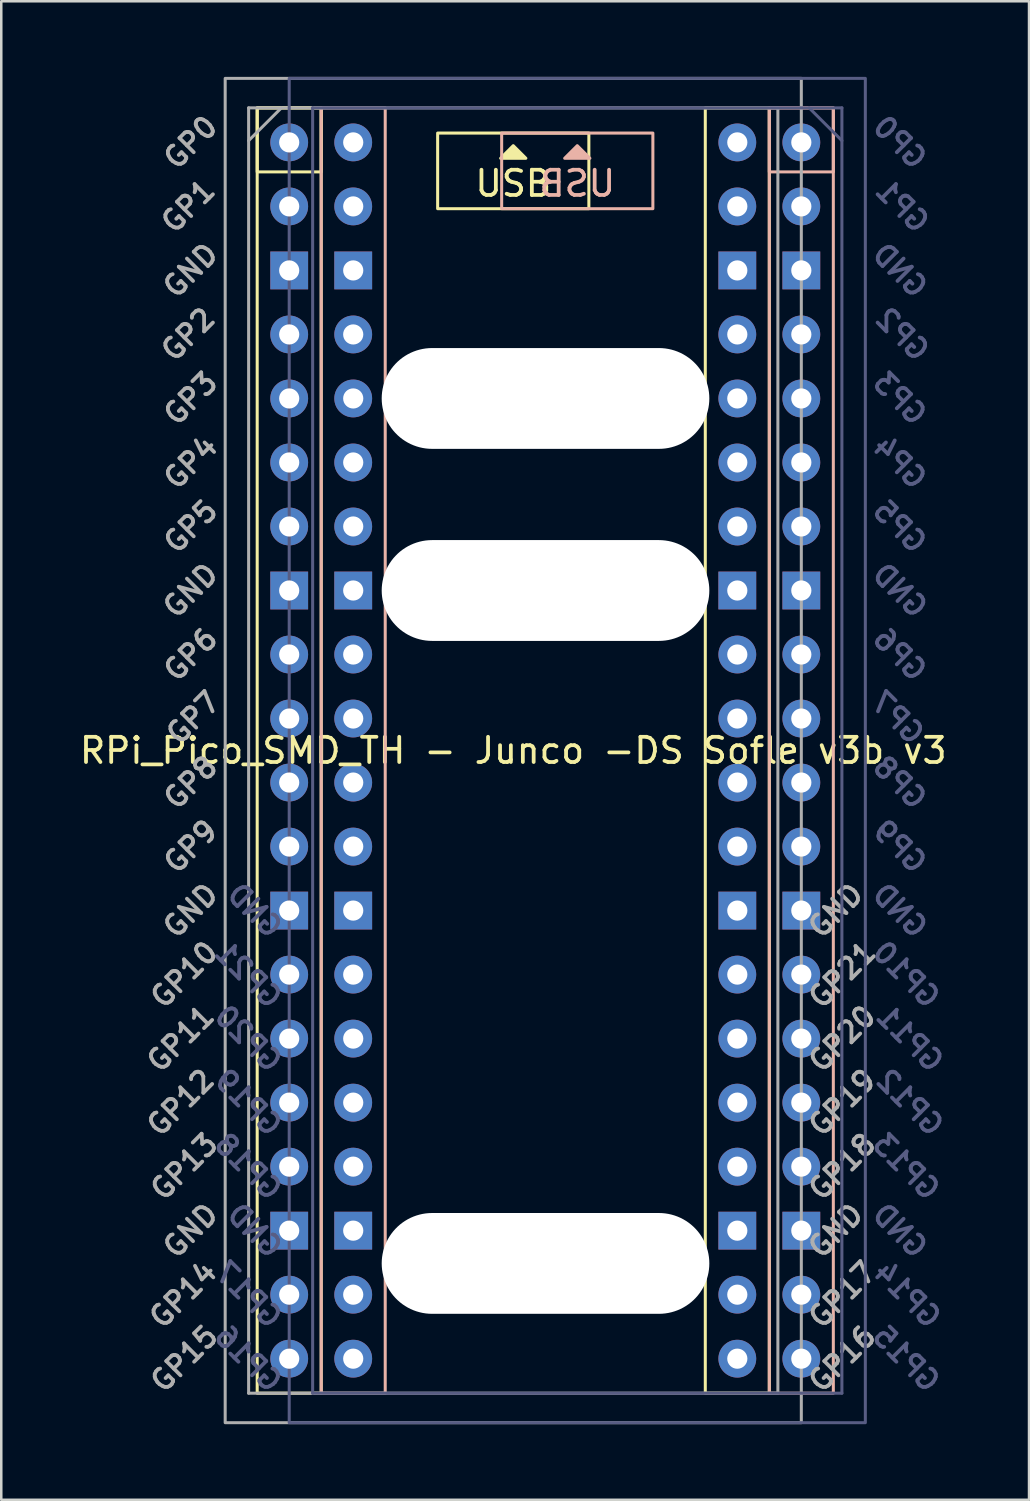
<source format=kicad_pcb>
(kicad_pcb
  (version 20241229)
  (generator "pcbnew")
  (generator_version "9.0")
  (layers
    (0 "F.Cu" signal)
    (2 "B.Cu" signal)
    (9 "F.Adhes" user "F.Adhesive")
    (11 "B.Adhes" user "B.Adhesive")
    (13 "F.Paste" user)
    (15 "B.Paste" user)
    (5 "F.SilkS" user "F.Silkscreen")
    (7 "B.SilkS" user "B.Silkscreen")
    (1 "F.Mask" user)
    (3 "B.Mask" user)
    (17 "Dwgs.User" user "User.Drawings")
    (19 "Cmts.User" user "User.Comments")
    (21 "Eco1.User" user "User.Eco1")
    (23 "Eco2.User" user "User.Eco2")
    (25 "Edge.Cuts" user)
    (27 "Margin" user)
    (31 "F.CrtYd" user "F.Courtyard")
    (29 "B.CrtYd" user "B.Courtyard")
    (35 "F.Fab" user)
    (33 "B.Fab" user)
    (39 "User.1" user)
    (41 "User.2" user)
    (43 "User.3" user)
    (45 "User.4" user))
  (footprint "RPi_Pico_SMD_TH - Junco -DS Sofle v3b v3"
    (layer "F.Cu")
    (at 18.585 26.73)
    (property "Reference" "RPi_Pico_SMD_TH - Junco -DS Sofle v3b v3" (at -1.27 0 0) (layer "F.SilkS") (effects (font (size 1 1) (thickness 0.15))))
    (attr through_hole)
    (fp_rect (start -11.43 -25.5) (end -8.89 -22.96) (stroke (width 0.12) (type default)) (fill no) (layer "F.SilkS"))
    (fp_rect (start -11.43 -25.5) (end -8.89 25.5) (stroke (width 0.12) (type default)) (fill no) (layer "F.SilkS"))
    (fp_rect (start -4.27 -24.5) (end 1.73 -21.5) (stroke (width 0.12) (type solid)) (fill no) (layer "F.SilkS"))
    (fp_rect (start 6.35 -25.5) (end 8.89 25.5) (stroke (width 0.12) (type default)) (fill no) (layer "F.SilkS"))
    (fp_poly (pts (xy -0.77 -23.5) (xy -1.77 -23.5) (xy -1.27 -24)) (stroke (width 0.12) (type solid)) (fill yes) (layer "F.SilkS"))
    (fp_rect (start -6.35 -25.5) (end -8.89 25.5) (stroke (width 0.12) (type default)) (fill no) (layer "B.SilkS"))
    (fp_rect (start 4.27 -24.5) (end -1.73 -21.5) (stroke (width 0.12) (type solid)) (fill no) (layer "B.SilkS"))
    (fp_rect (start 11.43 -25.5) (end 8.89 -22.96) (stroke (width 0.12) (type default)) (fill no) (layer "B.SilkS"))
    (fp_rect (start 11.43 -25.5) (end 8.89 25.5) (stroke (width 0.12) (type default)) (fill no) (layer "B.SilkS"))
    (fp_poly (pts (xy 0.77 -23.5) (xy 1.77 -23.5) (xy 1.27 -24)) (stroke (width 0.12) (type solid)) (fill yes) (layer "B.SilkS"))
    (fp_line (start -9.23 -25.5) (end -9.23 25.5) (stroke (width 0.12) (type solid)) (layer "B.Fab"))
    (fp_line (start -9.23 25.5) (end 11.77 25.5) (stroke (width 0.12) (type solid)) (layer "B.Fab"))
    (fp_line (start 11.77 -25.5) (end -9.23 -25.5) (stroke (width 0.12) (type solid)) (layer "B.Fab"))
    (fp_line (start 11.77 -24.2) (end 10.47 -25.5) (stroke (width 0.12) (type solid)) (layer "B.Fab"))
    (fp_line (start 11.77 25.5) (end 11.77 -25.5) (stroke (width 0.12) (type solid)) (layer "B.Fab"))
    (fp_rect (start 12.7 -26.67) (end -10.16 26.67) (stroke (width 0.12) (type solid)) (fill no) (layer "B.Fab"))
    (fp_line (start -11.77 -25.5) (end 9.23 -25.5) (stroke (width 0.12) (type solid)) (layer "F.Fab"))
    (fp_line (start -11.77 -24.2) (end -10.47 -25.5) (stroke (width 0.12) (type solid)) (layer "F.Fab"))
    (fp_line (start -11.77 25.5) (end -11.77 -25.5) (stroke (width 0.12) (type solid)) (layer "F.Fab"))
    (fp_line (start 9.23 -25.5) (end 9.23 25.5) (stroke (width 0.12) (type solid)) (layer "F.Fab"))
    (fp_line (start 9.23 25.5) (end -11.77 25.5) (stroke (width 0.12) (type solid)) (layer "F.Fab"))
    (fp_rect (start -12.7 -26.67) (end 10.16 26.67) (stroke (width 0.12) (type solid)) (fill no) (layer "F.Fab"))
    (fp_text user "USB" (at -1.27 -22.5 0) (unlocked yes) (layer "F.SilkS") (effects (font (size 1 1) (thickness 0.15))))
    (fp_text user "USB" (at 1.27 -22.5 0) (unlocked yes) (layer "B.SilkS") (effects (font (size 1 1) (thickness 0.15)) (justify mirror)))
    (fp_text user "GP21" (at -11.784 8.9 315) (layer "B.Fab") (effects (font (size 0.8 0.8) (thickness 0.15)) (justify mirror)))
    (fp_text user "GP0" (at 14.07 -24.13 315) (layer "B.Fab") (effects (font (size 0.8 0.8) (thickness 0.15)) (justify mirror)))
    (fp_text user "GP15" (at 14.324 24.13 315) (layer "B.Fab") (effects (font (size 0.8 0.8) (thickness 0.15)) (justify mirror)))
    (fp_text user "GP7" (at 13.97 -1.3 315) (layer "B.Fab") (effects (font (size 0.8 0.8) (thickness 0.15)) (justify mirror)))
    (fp_text user "GP4" (at 14.07 -11.43 315) (layer "B.Fab") (effects (font (size 0.8 0.8) (thickness 0.15)) (justify mirror)))
    (fp_text user "GP1" (at 14.17 -21.6 315) (layer "B.Fab") (effects (font (size 0.8 0.8) (thickness 0.15)) (justify mirror)))
    (fp_text user "GP3" (at 14.07 -13.97 315) (layer "B.Fab") (effects (font (size 0.8 0.8) (thickness 0.15)) (justify mirror)))
    (fp_text user "GP6" (at 14.07 -3.81 315) (layer "B.Fab") (effects (font (size 0.8 0.8) (thickness 0.15)) (justify mirror)))
    (fp_text user "GND" (at -11.53 6.35 315) (layer "B.Fab") (effects (font (size 0.8 0.8) (thickness 0.15)) (justify mirror)))
    (fp_text user "GP11" (at 14.47 11.43 315) (layer "B.Fab") (effects (font (size 0.8 0.8) (thickness 0.15)) (justify mirror)))
    (fp_text user "GP10" (at 14.324 8.89 315) (layer "B.Fab") (effects (font (size 0.8 0.8) (thickness 0.15)) (justify mirror)))
    (fp_text user "GP17" (at -11.784 21.59 315) (layer "B.Fab") (effects (font (size 0.8 0.8) (thickness 0.15)) (justify mirror)))
    (fp_text user "GP8" (at 14.07 1.27 315) (layer "B.Fab") (effects (font (size 0.8 0.8) (thickness 0.15)) (justify mirror)))
    (fp_text user "GP5" (at 14.07 -8.89 315) (layer "B.Fab") (effects (font (size 0.8 0.8) (thickness 0.15)) (justify mirror)))
    (fp_text user "GP18" (at -11.784 16.51 315) (layer "B.Fab") (effects (font (size 0.8 0.8) (thickness 0.15)) (justify mirror)))
    (fp_text user "GP19" (at -11.784 13.97 315) (layer "B.Fab") (effects (font (size 0.8 0.8) (thickness 0.15)) (justify mirror)))
    (fp_text user "GP12" (at 14.47 13.97 315) (layer "B.Fab") (effects (font (size 0.8 0.8) (thickness 0.15)) (justify mirror)))
    (fp_text user "GP13" (at 14.324 16.51 315) (layer "B.Fab") (effects (font (size 0.8 0.8) (thickness 0.15)) (justify mirror)))
    (fp_text user "GP14" (at 14.37 21.59 315) (layer "B.Fab") (effects (font (size 0.8 0.8) (thickness 0.15)) (justify mirror)))
    (fp_text user "GND" (at 14.07 6.35 315) (layer "B.Fab") (effects (font (size 0.8 0.8) (thickness 0.15)) (justify mirror)))
    (fp_text user "GND" (at 14.07 19.05 315) (layer "B.Fab") (effects (font (size 0.8 0.8) (thickness 0.15)) (justify mirror)))
    (fp_text user "GP9" (at 14.07 3.81 315) (layer "B.Fab") (effects (font (size 0.8 0.8) (thickness 0.15)) (justify mirror)))
    (fp_text user "GND" (at 14.07 -6.35 315) (layer "B.Fab") (effects (font (size 0.8 0.8) (thickness 0.15)) (justify mirror)))
    (fp_text user "GP16" (at -11.784 24.13 315) (layer "B.Fab") (effects (font (size 0.8 0.8) (thickness 0.15)) (justify mirror)))
    (fp_text user "GP20" (at -11.784 11.43 315) (layer "B.Fab") (effects (font (size 0.8 0.8) (thickness 0.15)) (justify mirror)))
    (fp_text user "GP2" (at 14.17 -16.51 315) (layer "B.Fab") (effects (font (size 0.8 0.8) (thickness 0.15)) (justify mirror)))
    (fp_text user "GND" (at 14.07 -19.05 315) (layer "B.Fab") (effects (font (size 0.8 0.8) (thickness 0.15)) (justify mirror)))
    (fp_text user "GND" (at -11.53 19.05 315) (layer "B.Fab") (effects (font (size 0.8 0.8) (thickness 0.15)) (justify mirror)))
    (fp_text user "GP3" (at -14.07 -13.97 45) (layer "F.Fab") (effects (font (size 0.8 0.8) (thickness 0.15))))
    (fp_text user "GP20" (at 11.784 11.43 45) (layer "F.Fab") (effects (font (size 0.8 0.8) (thickness 0.15))))
    (fp_text user "GP2" (at -14.17 -16.51 45) (layer "F.Fab") (effects (font (size 0.8 0.8) (thickness 0.15))))
    (fp_text user "GP18" (at 11.784 16.51 45) (layer "F.Fab") (effects (font (size 0.8 0.8) (thickness 0.15))))
    (fp_text user "GP8" (at -14.07 1.27 45) (layer "F.Fab") (effects (font (size 0.8 0.8) (thickness 0.15))))
    (fp_text user "GP11" (at -14.47 11.43 45) (layer "F.Fab") (effects (font (size 0.8 0.8) (thickness 0.15))))
    (fp_text user "GP10" (at -14.324 8.89 45) (layer "F.Fab") (effects (font (size 0.8 0.8) (thickness 0.15))))
    (fp_text user "GP4" (at -14.07 -11.43 45) (layer "F.Fab") (effects (font (size 0.8 0.8) (thickness 0.15))))
    (fp_text user "GP16" (at 11.784 24.13 45) (layer "F.Fab") (effects (font (size 0.8 0.8) (thickness 0.15))))
    (fp_text user "GP9" (at -14.07 3.81 45) (layer "F.Fab") (effects (font (size 0.8 0.8) (thickness 0.15))))
    (fp_text user "GP12" (at -14.47 13.97 45) (layer "F.Fab") (effects (font (size 0.8 0.8) (thickness 0.15))))
    (fp_text user "GP13" (at -14.324 16.51 45) (layer "F.Fab") (effects (font (size 0.8 0.8) (thickness 0.15))))
    (fp_text user "GP17" (at 11.784 21.59 45) (layer "F.Fab") (effects (font (size 0.8 0.8) (thickness 0.15))))
    (fp_text user "GND" (at 11.53 6.35 45) (layer "F.Fab") (effects (font (size 0.8 0.8) (thickness 0.15))))
    (fp_text user "GP15" (at -14.324 24.13 45) (layer "F.Fab") (effects (font (size 0.8 0.8) (thickness 0.15))))
    (fp_text user "GND" (at -14.07 6.35 45) (layer "F.Fab") (effects (font (size 0.8 0.8) (thickness 0.15))))
    (fp_text user "GP7" (at -13.97 -1.3 45) (layer "F.Fab") (effects (font (size 0.8 0.8) (thickness 0.15))))
    (fp_text user "GND" (at -14.07 19.05 45) (layer "F.Fab") (effects (font (size 0.8 0.8) (thickness 0.15))))
    (fp_text user "GP0" (at -14.07 -24.13 45) (layer "F.Fab") (effects (font (size 0.8 0.8) (thickness 0.15))))
    (fp_text user "GND" (at 11.53 19.05 45) (layer "F.Fab") (effects (font (size 0.8 0.8) (thickness 0.15))))
    (fp_text user "GP19" (at 11.784 13.97 45) (layer "F.Fab") (effects (font (size 0.8 0.8) (thickness 0.15))))
    (fp_text user "GP1" (at -14.17 -21.6 45) (layer "F.Fab") (effects (font (size 0.8 0.8) (thickness 0.15))))
    (fp_text user "GND" (at -14.07 -19.05 45) (layer "F.Fab") (effects (font (size 0.8 0.8) (thickness 0.15))))
    (fp_text user "GP6" (at -14.07 -3.81 45) (layer "F.Fab") (effects (font (size 0.8 0.8) (thickness 0.15))))
    (fp_text user "GP14" (at -14.37 21.59 45) (layer "F.Fab") (effects (font (size 0.8 0.8) (thickness 0.15))))
    (fp_text user "GND" (at -14.07 -6.35 45) (layer "F.Fab") (effects (font (size 0.8 0.8) (thickness 0.15))))
    (fp_text user "GP21" (at 11.784 8.9 45) (layer "F.Fab") (effects (font (size 0.8 0.8) (thickness 0.15))))
    (fp_text user "GP5" (at -14.07 -8.89 45) (layer "F.Fab") (effects (font (size 0.8 0.8) (thickness 0.15))))
    (pad "" np_thru_hole oval (at 0.01 -13.97) (size 13 4) (drill oval 13 4) (layers "*.Cu" "*.Mask"))
    (pad "" np_thru_hole oval (at 0.01 -6.35) (size 13 4) (drill oval 13 4) (layers "*.Cu" "*.Mask"))
    (pad "" np_thru_hole oval (at 0.01 20.35) (size 13 4) (drill oval 13 4) (layers "*.Cu" "*.Mask"))
    (pad "1" thru_hole circle (at -10.16 -24.13) (size 1.5 1.5) (drill 0.8) (layers "*.Cu" "B.Mask"))
    (pad "1" thru_hole circle (at 10.16 -24.13) (size 1.5 1.5) (drill 0.8) (layers "*.Cu" "F.Mask"))
    (pad "2" thru_hole circle (at -10.16 -21.59) (size 1.5 1.5) (drill 0.8) (layers "*.Cu" "B.Mask"))
    (pad "2" thru_hole circle (at 10.16 -21.59) (size 1.5 1.5) (drill 0.8) (layers "*.Cu" "F.Mask"))
    (pad "3" thru_hole rect (at -10.16 -19.05) (size 1.5 1.5) (drill 0.8) (layers "*.Cu" "B.Mask"))
    (pad "3" thru_hole rect (at 10.16 -19.05) (size 1.5 1.5) (drill 0.8) (layers "*.Cu" "F.Mask"))
    (pad "4" thru_hole circle (at -10.16 -16.51) (size 1.5 1.5) (drill 0.8) (layers "*.Cu" "B.Mask"))
    (pad "4" thru_hole circle (at 10.16 -16.51) (size 1.5 1.5) (drill 0.8) (layers "*.Cu" "F.Mask"))
    (pad "5" thru_hole circle (at -10.16 -13.97) (size 1.5 1.5) (drill 0.8) (layers "*.Cu" "B.Mask"))
    (pad "5" thru_hole circle (at 10.16 -13.97) (size 1.5 1.5) (drill 0.8) (layers "*.Cu" "F.Mask"))
    (pad "6" thru_hole circle (at -10.16 -11.43) (size 1.5 1.5) (drill 0.8) (layers "*.Cu" "B.Mask"))
    (pad "6" thru_hole circle (at 10.16 -11.43) (size 1.5 1.5) (drill 0.8) (layers "*.Cu" "F.Mask"))
    (pad "7" thru_hole circle (at -10.16 -8.89) (size 1.5 1.5) (drill 0.8) (layers "*.Cu" "B.Mask"))
    (pad "7" thru_hole circle (at 10.16 -8.89) (size 1.5 1.5) (drill 0.8) (layers "*.Cu" "F.Mask"))
    (pad "8" thru_hole rect (at -10.16 -6.35) (size 1.5 1.5) (drill 0.8) (layers "*.Cu" "B.Mask"))
    (pad "8" thru_hole rect (at 10.16 -6.35) (size 1.5 1.5) (drill 0.8) (layers "*.Cu" "F.Mask"))
    (pad "9" thru_hole circle (at -10.16 -3.81) (size 1.5 1.5) (drill 0.8) (layers "*.Cu" "B.Mask"))
    (pad "9" thru_hole circle (at 10.16 -3.81) (size 1.5 1.5) (drill 0.8) (layers "*.Cu" "F.Mask"))
    (pad "10" thru_hole circle (at -10.16 -1.27) (size 1.5 1.5) (drill 0.8) (layers "*.Cu" "B.Mask"))
    (pad "10" thru_hole circle (at 10.16 -1.27) (size 1.5 1.5) (drill 0.8) (layers "*.Cu" "F.Mask"))
    (pad "11" thru_hole circle (at -10.16 1.27) (size 1.5 1.5) (drill 0.8) (layers "*.Cu" "B.Mask"))
    (pad "11" thru_hole circle (at 10.16 1.27) (size 1.5 1.5) (drill 0.8) (layers "*.Cu" "F.Mask"))
    (pad "12" thru_hole circle (at -10.16 3.81) (size 1.5 1.5) (drill 0.8) (layers "*.Cu" "B.Mask"))
    (pad "12" thru_hole circle (at 10.16 3.81) (size 1.5 1.5) (drill 0.8) (layers "*.Cu" "F.Mask"))
    (pad "13" thru_hole rect (at -10.16 6.35) (size 1.5 1.5) (drill 0.8) (layers "*.Cu" "B.Mask"))
    (pad "13" thru_hole rect (at 10.16 6.35) (size 1.5 1.5) (drill 0.8) (layers "*.Cu" "F.Mask"))
    (pad "14" thru_hole circle (at -10.16 8.89) (size 1.5 1.5) (drill 0.8) (layers "*.Cu" "B.Mask"))
    (pad "14" thru_hole circle (at 10.16 8.89) (size 1.5 1.5) (drill 0.8) (layers "*.Cu" "F.Mask"))
    (pad "15" thru_hole circle (at -10.16 11.43) (size 1.5 1.5) (drill 0.8) (layers "*.Cu" "B.Mask"))
    (pad "15" thru_hole circle (at 10.16 11.43) (size 1.5 1.5) (drill 0.8) (layers "*.Cu" "F.Mask"))
    (pad "16" thru_hole circle (at -10.16 13.97) (size 1.5 1.5) (drill 0.8) (layers "*.Cu" "B.Mask"))
    (pad "16" thru_hole circle (at 10.16 13.97) (size 1.5 1.5) (drill 0.8) (layers "*.Cu" "F.Mask"))
    (pad "17" thru_hole circle (at -10.16 16.51) (size 1.5 1.5) (drill 0.8) (layers "*.Cu" "B.Mask"))
    (pad "17" thru_hole circle (at 10.16 16.51) (size 1.5 1.5) (drill 0.8) (layers "*.Cu" "F.Mask"))
    (pad "18" thru_hole rect (at -10.16 19.05) (size 1.5 1.5) (drill 0.8) (layers "*.Cu" "B.Mask"))
    (pad "18" thru_hole rect (at 10.16 19.05) (size 1.5 1.5) (drill 0.8) (layers "*.Cu" "F.Mask"))
    (pad "19" thru_hole circle (at -10.16 21.59) (size 1.5 1.5) (drill 0.8) (layers "*.Cu" "B.Mask"))
    (pad "19" thru_hole circle (at 10.16 21.59) (size 1.5 1.5) (drill 0.8) (layers "*.Cu" "F.Mask"))
    (pad "20" thru_hole circle (at -10.16 24.13) (size 1.5 1.5) (drill 0.8) (layers "*.Cu" "B.Mask"))
    (pad "20" thru_hole circle (at 10.16 24.13) (size 1.5 1.5) (drill 0.8) (layers "*.Cu" "F.Mask"))
    (pad "21" thru_hole circle (at -7.62 24.13) (size 1.5 1.5) (drill 0.8) (layers "*.Cu" "F.Mask"))
    (pad "21" thru_hole circle (at 7.62 24.13) (size 1.5 1.5) (drill 0.8) (layers "*.Cu" "B.Mask"))
    (pad "22" thru_hole circle (at -7.62 21.59) (size 1.5 1.5) (drill 0.8) (layers "*.Cu" "F.Mask"))
    (pad "22" thru_hole circle (at 7.62 21.59) (size 1.5 1.5) (drill 0.8) (layers "*.Cu" "B.Mask"))
    (pad "23" thru_hole rect (at -7.62 19.05) (size 1.5 1.5) (drill 0.8) (layers "*.Cu" "F.Mask"))
    (pad "23" thru_hole rect (at 7.62 19.05) (size 1.5 1.5) (drill 0.8) (layers "*.Cu" "B.Mask"))
    (pad "24" thru_hole circle (at -7.62 16.51) (size 1.5 1.5) (drill 0.8) (layers "*.Cu" "F.Mask"))
    (pad "24" thru_hole circle (at 7.62 16.51) (size 1.5 1.5) (drill 0.8) (layers "*.Cu" "B.Mask"))
    (pad "25" thru_hole circle (at -7.62 13.97) (size 1.5 1.5) (drill 0.8) (layers "*.Cu" "F.Mask"))
    (pad "25" thru_hole circle (at 7.62 13.97) (size 1.5 1.5) (drill 0.8) (layers "*.Cu" "B.Mask"))
    (pad "26" thru_hole circle (at -7.62 11.43) (size 1.5 1.5) (drill 0.8) (layers "*.Cu" "F.Mask"))
    (pad "26" thru_hole circle (at 7.62 11.43) (size 1.5 1.5) (drill 0.8) (layers "*.Cu" "B.Mask"))
    (pad "27" thru_hole circle (at -7.62 8.89) (size 1.5 1.5) (drill 0.8) (layers "*.Cu" "F.Mask"))
    (pad "27" thru_hole circle (at 7.62 8.89) (size 1.5 1.5) (drill 0.8) (layers "*.Cu" "B.Mask"))
    (pad "28" thru_hole rect (at -7.62 6.35) (size 1.5 1.5) (drill 0.8) (layers "*.Cu" "F.Mask"))
    (pad "28" thru_hole rect (at 7.62 6.35) (size 1.5 1.5) (drill 0.8) (layers "*.Cu" "B.Mask"))
    (pad "29" thru_hole circle (at -7.62 3.81) (size 1.5 1.5) (drill 0.8) (layers "*.Cu" "F.Mask"))
    (pad "29" thru_hole circle (at 7.62 3.81) (size 1.5 1.5) (drill 0.8) (layers "*.Cu" "B.Mask"))
    (pad "30" thru_hole circle (at -7.62 1.27) (size 1.5 1.5) (drill 0.8) (layers "*.Cu" "F.Mask"))
    (pad "30" thru_hole circle (at 7.62 1.27) (size 1.5 1.5) (drill 0.8) (layers "*.Cu" "B.Mask"))
    (pad "31" thru_hole circle (at -7.62 -1.27) (size 1.5 1.5) (drill 0.8) (layers "*.Cu" "F.Mask"))
    (pad "31" thru_hole circle (at 7.62 -1.27) (size 1.5 1.5) (drill 0.8) (layers "*.Cu" "B.Mask"))
    (pad "32" thru_hole circle (at -7.62 -3.81) (size 1.5 1.5) (drill 0.8) (layers "*.Cu" "F.Mask"))
    (pad "32" thru_hole circle (at 7.62 -3.81) (size 1.5 1.5) (drill 0.8) (layers "*.Cu" "B.Mask"))
    (pad "33" thru_hole rect (at -7.62 -6.35) (size 1.5 1.5) (drill 0.8) (layers "*.Cu" "F.Mask"))
    (pad "33" thru_hole rect (at 7.62 -6.35) (size 1.5 1.5) (drill 0.8) (layers "*.Cu" "B.Mask"))
    (pad "34" thru_hole circle (at -7.62 -8.89) (size 1.5 1.5) (drill 0.8) (layers "*.Cu" "F.Mask"))
    (pad "34" thru_hole circle (at 7.62 -8.89) (size 1.5 1.5) (drill 0.8) (layers "*.Cu" "B.Mask"))
    (pad "35" thru_hole circle (at -7.62 -11.43) (size 1.5 1.5) (drill 0.8) (layers "*.Cu" "F.Mask"))
    (pad "35" thru_hole circle (at 7.62 -11.43) (size 1.5 1.5) (drill 0.8) (layers "*.Cu" "B.Mask"))
    (pad "36" thru_hole circle (at -7.62 -13.97) (size 1.5 1.5) (drill 0.8) (layers "*.Cu" "F.Mask"))
    (pad "36" thru_hole circle (at 7.62 -13.97) (size 1.5 1.5) (drill 0.8) (layers "*.Cu" "B.Mask"))
    (pad "37" thru_hole circle (at -7.62 -16.51) (size 1.5 1.5) (drill 0.8) (layers "*.Cu" "F.Mask"))
    (pad "37" thru_hole circle (at 7.62 -16.51) (size 1.5 1.5) (drill 0.8) (layers "*.Cu" "B.Mask"))
    (pad "38" thru_hole rect (at -7.62 -19.05) (size 1.5 1.5) (drill 0.8) (layers "*.Cu" "F.Mask"))
    (pad "38" thru_hole rect (at 7.62 -19.05) (size 1.5 1.5) (drill 0.8) (layers "*.Cu" "B.Mask"))
    (pad "39" thru_hole circle (at -7.62 -21.59) (size 1.5 1.5) (drill 0.8) (layers "*.Cu" "F.Mask"))
    (pad "39" thru_hole circle (at 7.62 -21.59) (size 1.5 1.5) (drill 0.8) (layers "*.Cu" "B.Mask"))
    (pad "40" thru_hole circle (at -7.62 -24.13) (size 1.5 1.5) (drill 0.8) (layers "*.Cu" "F.Mask"))
    (pad "40" thru_hole circle (at 7.62 -24.13) (size 1.5 1.5) (drill 0.8) (layers "*.Cu" "B.Mask")))
  (gr_rect
    (start -3 -3)
    (end 37.78 56.46)
    (stroke (width 0.1) (type default))
    (fill no)
    (layer "Edge.Cuts")))
</source>
